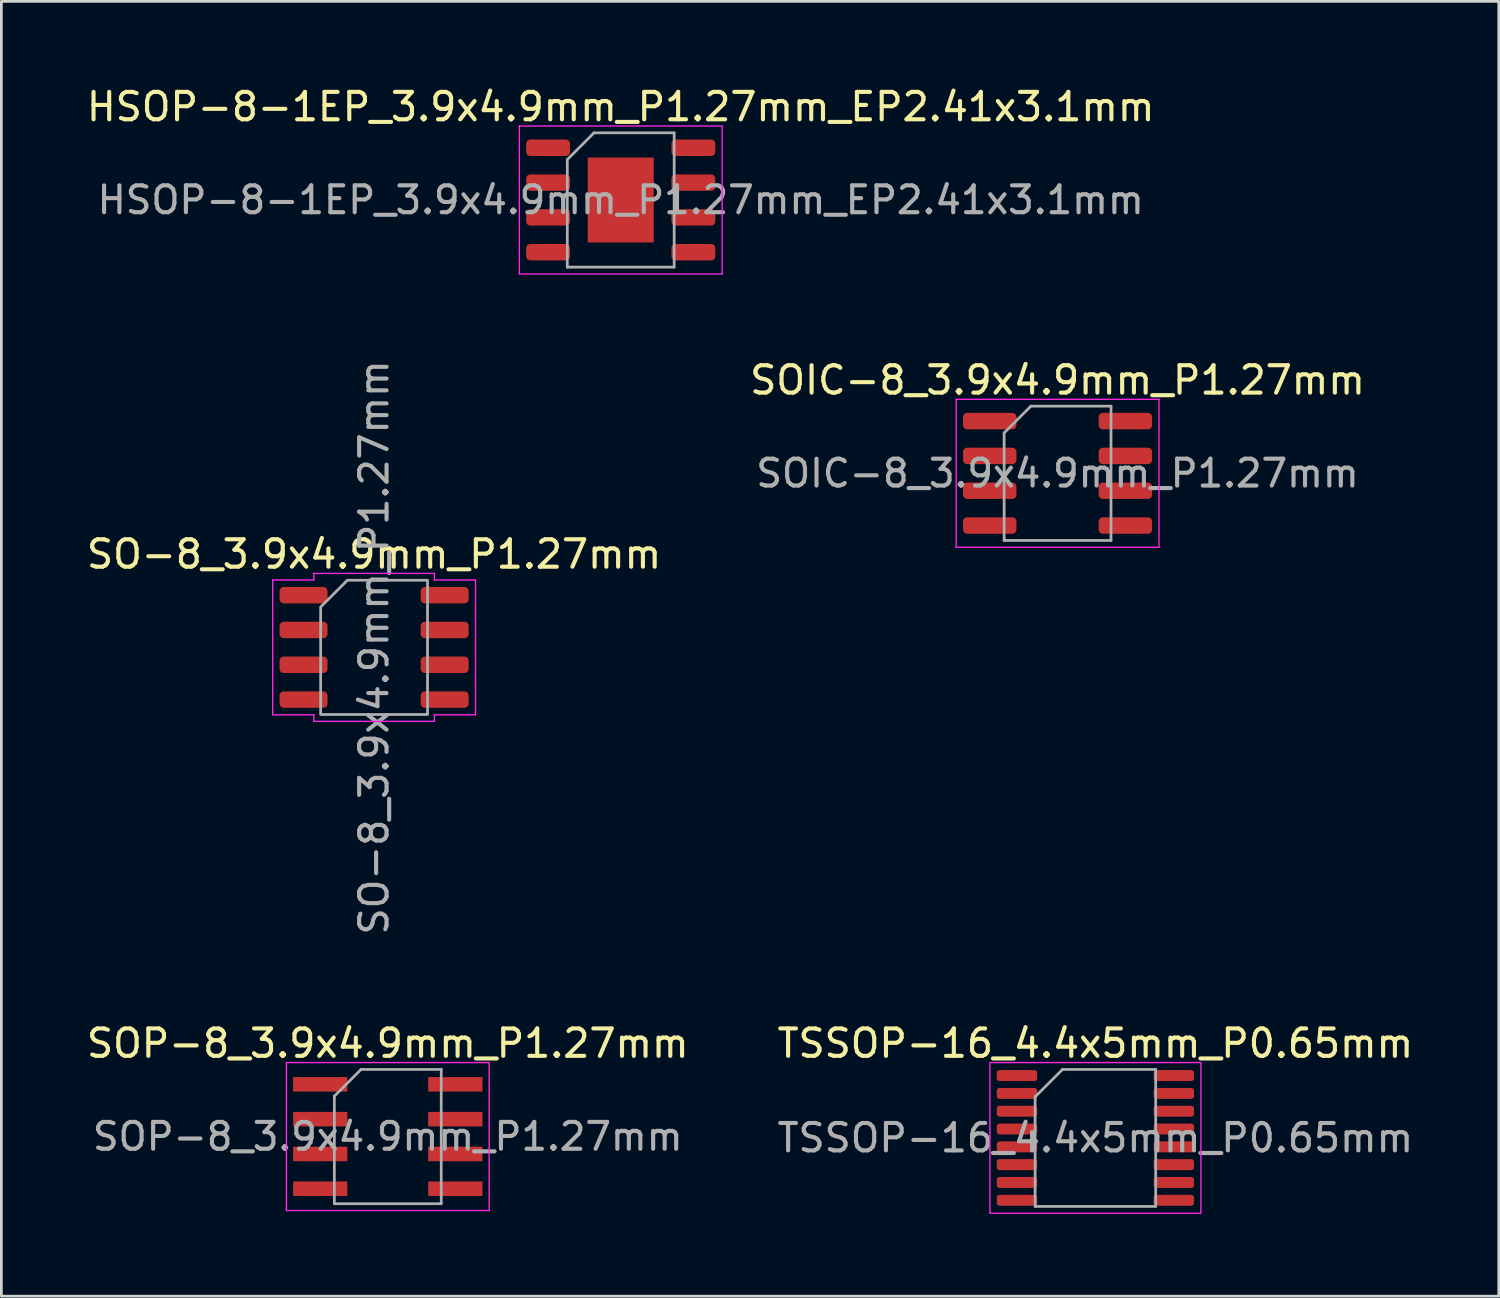
<source format=kicad_pcb>
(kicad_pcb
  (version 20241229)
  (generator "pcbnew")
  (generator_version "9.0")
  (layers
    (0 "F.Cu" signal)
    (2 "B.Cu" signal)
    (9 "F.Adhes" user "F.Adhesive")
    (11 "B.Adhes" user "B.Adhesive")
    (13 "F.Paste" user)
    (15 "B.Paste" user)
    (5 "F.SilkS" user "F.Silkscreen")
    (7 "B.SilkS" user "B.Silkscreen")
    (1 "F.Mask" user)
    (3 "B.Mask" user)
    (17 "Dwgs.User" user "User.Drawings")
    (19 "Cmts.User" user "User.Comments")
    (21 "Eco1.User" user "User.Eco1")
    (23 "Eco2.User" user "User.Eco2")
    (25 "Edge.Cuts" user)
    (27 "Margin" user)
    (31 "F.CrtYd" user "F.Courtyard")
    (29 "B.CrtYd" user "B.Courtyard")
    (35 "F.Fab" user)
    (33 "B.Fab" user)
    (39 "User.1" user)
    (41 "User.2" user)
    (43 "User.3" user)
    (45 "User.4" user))
  (footprint "HSOP-8-1EP_3.9x4.9mm_P1.27mm_EP2.41x3.1mm"
    (layer "F.Cu")
    (at 19.601 4.248)
    (property "Reference" "HSOP-8-1EP_3.9x4.9mm_P1.27mm_EP2.41x3.1mm" (at 0 -3.4 0) (layer "F.SilkS") (effects (font (size 1 1) (thickness 0.15))))
    (attr smd)
    (fp_line (start -3.7 -2.7) (end -3.7 2.7) (stroke (width 0.05) (type solid)) (layer "F.CrtYd"))
    (fp_line (start -3.7 2.7) (end 3.7 2.7) (stroke (width 0.05) (type solid)) (layer "F.CrtYd"))
    (fp_line (start 3.7 -2.7) (end -3.7 -2.7) (stroke (width 0.05) (type solid)) (layer "F.CrtYd"))
    (fp_line (start 3.7 2.7) (end 3.7 -2.7) (stroke (width 0.05) (type solid)) (layer "F.CrtYd"))
    (fp_line (start -1.95 -1.475) (end -0.975 -2.45) (stroke (width 0.1) (type solid)) (layer "F.Fab"))
    (fp_line (start -1.95 2.45) (end -1.95 -1.475) (stroke (width 0.1) (type solid)) (layer "F.Fab"))
    (fp_line (start -0.975 -2.45) (end 1.95 -2.45) (stroke (width 0.1) (type solid)) (layer "F.Fab"))
    (fp_line (start 1.95 -2.45) (end 1.95 2.45) (stroke (width 0.1) (type solid)) (layer "F.Fab"))
    (fp_line (start 1.95 2.45) (end -1.95 2.45) (stroke (width 0.1) (type solid)) (layer "F.Fab"))
    (fp_text user "${REFERENCE}" (at 0 0 0) (layer "F.Fab") (effects (font (size 0.98 0.98) (thickness 0.15))))
    (pad "" smd roundrect (at -0.6 -0.775) (size 0.97 1.25) (layers "F.Paste") (roundrect_rratio 0.25))
    (pad "" smd roundrect (at -0.6 0.775) (size 0.97 1.25) (layers "F.Paste") (roundrect_rratio 0.25))
    (pad "" smd roundrect (at 0.6 -0.775) (size 0.97 1.25) (layers "F.Paste") (roundrect_rratio 0.25))
    (pad "" smd roundrect (at 0.6 0.775) (size 0.97 1.25) (layers "F.Paste") (roundrect_rratio 0.25))
    (pad "1" smd roundrect (at -2.65 -1.905) (size 1.6 0.6) (layers "F.Cu" "F.Mask" "F.Paste") (roundrect_rratio 0.25))
    (pad "2" smd roundrect (at -2.65 -0.635) (size 1.6 0.6) (layers "F.Cu" "F.Mask" "F.Paste") (roundrect_rratio 0.25))
    (pad "3" smd roundrect (at -2.65 0.635) (size 1.6 0.6) (layers "F.Cu" "F.Mask" "F.Paste") (roundrect_rratio 0.25))
    (pad "4" smd roundrect (at -2.65 1.905) (size 1.6 0.6) (layers "F.Cu" "F.Mask" "F.Paste") (roundrect_rratio 0.25))
    (pad "5" smd roundrect (at 2.65 1.905) (size 1.6 0.6) (layers "F.Cu" "F.Mask" "F.Paste") (roundrect_rratio 0.25))
    (pad "6" smd roundrect (at 2.65 0.635) (size 1.6 0.6) (layers "F.Cu" "F.Mask" "F.Paste") (roundrect_rratio 0.25))
    (pad "7" smd roundrect (at 2.65 -0.635) (size 1.6 0.6) (layers "F.Cu" "F.Mask" "F.Paste") (roundrect_rratio 0.25))
    (pad "8" smd roundrect (at 2.65 -1.905) (size 1.6 0.6) (layers "F.Cu" "F.Mask" "F.Paste") (roundrect_rratio 0.25))
    (pad "9" smd rect (at 0 0) (size 2.41 3.1) (layers "F.Cu" "F.Mask")))
  (footprint "SOIC-8_3.9x4.9mm_P1.27mm"
    (layer "F.Cu")
    (at 35.542 14.222)
    (property "Reference" "SOIC-8_3.9x4.9mm_P1.27mm" (at 0 -3.4 0) (layer "F.SilkS") (effects (font (size 1 1) (thickness 0.15))))
    (attr smd)
    (fp_line (start -3.7 -2.7) (end -3.7 2.7) (stroke (width 0.05) (type solid)) (layer "F.CrtYd"))
    (fp_line (start -3.7 2.7) (end 3.7 2.7) (stroke (width 0.05) (type solid)) (layer "F.CrtYd"))
    (fp_line (start 3.7 -2.7) (end -3.7 -2.7) (stroke (width 0.05) (type solid)) (layer "F.CrtYd"))
    (fp_line (start 3.7 2.7) (end 3.7 -2.7) (stroke (width 0.05) (type solid)) (layer "F.CrtYd"))
    (fp_line (start -1.95 -1.475) (end -0.975 -2.45) (stroke (width 0.1) (type solid)) (layer "F.Fab"))
    (fp_line (start -1.95 2.45) (end -1.95 -1.475) (stroke (width 0.1) (type solid)) (layer "F.Fab"))
    (fp_line (start -0.975 -2.45) (end 1.95 -2.45) (stroke (width 0.1) (type solid)) (layer "F.Fab"))
    (fp_line (start 1.95 -2.45) (end 1.95 2.45) (stroke (width 0.1) (type solid)) (layer "F.Fab"))
    (fp_line (start 1.95 2.45) (end -1.95 2.45) (stroke (width 0.1) (type solid)) (layer "F.Fab"))
    (fp_text user "${REFERENCE}" (at 0 0 0) (layer "F.Fab") (effects (font (size 0.98 0.98) (thickness 0.15))))
    (pad "1" smd roundrect (at -2.475 -1.905) (size 1.95 0.6) (layers "F.Cu" "F.Mask" "F.Paste") (roundrect_rratio 0.25))
    (pad "2" smd roundrect (at -2.475 -0.635) (size 1.95 0.6) (layers "F.Cu" "F.Mask" "F.Paste") (roundrect_rratio 0.25))
    (pad "3" smd roundrect (at -2.475 0.635) (size 1.95 0.6) (layers "F.Cu" "F.Mask" "F.Paste") (roundrect_rratio 0.25))
    (pad "4" smd roundrect (at -2.475 1.905) (size 1.95 0.6) (layers "F.Cu" "F.Mask" "F.Paste") (roundrect_rratio 0.25))
    (pad "5" smd roundrect (at 2.475 1.905) (size 1.95 0.6) (layers "F.Cu" "F.Mask" "F.Paste") (roundrect_rratio 0.25))
    (pad "6" smd roundrect (at 2.475 0.635) (size 1.95 0.6) (layers "F.Cu" "F.Mask" "F.Paste") (roundrect_rratio 0.25))
    (pad "7" smd roundrect (at 2.475 -0.635) (size 1.95 0.6) (layers "F.Cu" "F.Mask" "F.Paste") (roundrect_rratio 0.25))
    (pad "8" smd roundrect (at 2.475 -1.905) (size 1.95 0.6) (layers "F.Cu" "F.Mask" "F.Paste") (roundrect_rratio 0.25)))
  (footprint "TSSOP-16_4.4x5mm_P0.65mm"
    (layer "F.Cu")
    (at 36.923 38.474)
    (property "Reference" "TSSOP-16_4.4x5mm_P0.65mm" (at 0 -3.45 0) (layer "F.SilkS") (effects (font (size 1 1) (thickness 0.15))))
    (attr smd)
    (fp_rect (start -3.85 -2.75) (end 3.85 2.75) (stroke (width 0.05) (type solid)) (fill no) (layer "F.CrtYd"))
    (fp_line (start -2.2 -1.5) (end -1.2 -2.5) (stroke (width 0.1) (type solid)) (layer "F.Fab"))
    (fp_line (start -2.2 2.5) (end -2.2 -1.5) (stroke (width 0.1) (type solid)) (layer "F.Fab"))
    (fp_line (start -1.2 -2.5) (end 2.2 -2.5) (stroke (width 0.1) (type solid)) (layer "F.Fab"))
    (fp_line (start 2.2 -2.5) (end 2.2 2.5) (stroke (width 0.1) (type solid)) (layer "F.Fab"))
    (fp_line (start 2.2 2.5) (end -2.2 2.5) (stroke (width 0.1) (type solid)) (layer "F.Fab"))
    (fp_text user "${REFERENCE}" (at 0 0 0) (layer "F.Fab") (effects (font (size 1 1) (thickness 0.15))))
    (pad "1" smd roundrect (at -2.862 -2.275) (size 1.475 0.4) (layers "F.Cu" "F.Mask" "F.Paste") (roundrect_rratio 0.25))
    (pad "2" smd roundrect (at -2.862 -1.625) (size 1.475 0.4) (layers "F.Cu" "F.Mask" "F.Paste") (roundrect_rratio 0.25))
    (pad "3" smd roundrect (at -2.862 -0.975) (size 1.475 0.4) (layers "F.Cu" "F.Mask" "F.Paste") (roundrect_rratio 0.25))
    (pad "4" smd roundrect (at -2.862 -0.325) (size 1.475 0.4) (layers "F.Cu" "F.Mask" "F.Paste") (roundrect_rratio 0.25))
    (pad "5" smd roundrect (at -2.862 0.325) (size 1.475 0.4) (layers "F.Cu" "F.Mask" "F.Paste") (roundrect_rratio 0.25))
    (pad "6" smd roundrect (at -2.862 0.975) (size 1.475 0.4) (layers "F.Cu" "F.Mask" "F.Paste") (roundrect_rratio 0.25))
    (pad "7" smd roundrect (at -2.862 1.625) (size 1.475 0.4) (layers "F.Cu" "F.Mask" "F.Paste") (roundrect_rratio 0.25))
    (pad "8" smd roundrect (at -2.862 2.275) (size 1.475 0.4) (layers "F.Cu" "F.Mask" "F.Paste") (roundrect_rratio 0.25))
    (pad "9" smd roundrect (at 2.862 2.275) (size 1.475 0.4) (layers "F.Cu" "F.Mask" "F.Paste") (roundrect_rratio 0.25))
    (pad "10" smd roundrect (at 2.862 1.625) (size 1.475 0.4) (layers "F.Cu" "F.Mask" "F.Paste") (roundrect_rratio 0.25))
    (pad "11" smd roundrect (at 2.862 0.975) (size 1.475 0.4) (layers "F.Cu" "F.Mask" "F.Paste") (roundrect_rratio 0.25))
    (pad "12" smd roundrect (at 2.862 0.325) (size 1.475 0.4) (layers "F.Cu" "F.Mask" "F.Paste") (roundrect_rratio 0.25))
    (pad "13" smd roundrect (at 2.862 -0.325) (size 1.475 0.4) (layers "F.Cu" "F.Mask" "F.Paste") (roundrect_rratio 0.25))
    (pad "14" smd roundrect (at 2.862 -0.975) (size 1.475 0.4) (layers "F.Cu" "F.Mask" "F.Paste") (roundrect_rratio 0.25))
    (pad "15" smd roundrect (at 2.862 -1.625) (size 1.475 0.4) (layers "F.Cu" "F.Mask" "F.Paste") (roundrect_rratio 0.25))
    (pad "16" smd roundrect (at 2.862 -2.275) (size 1.475 0.4) (layers "F.Cu" "F.Mask" "F.Paste") (roundrect_rratio 0.25)))
  (footprint "SOP-8_3.9x4.9mm_P1.27mm"
    (layer "F.Cu")
    (at 11.101 38.424)
    (property "Reference" "SOP-8_3.9x4.9mm_P1.27mm" (at 0 -3.4 0) (layer "F.SilkS") (effects (font (size 1 1) (thickness 0.15))))
    (attr smd)
    (fp_line (start -3.7 -2.7) (end -3.7 2.7) (stroke (width 0.05) (type solid)) (layer "F.CrtYd"))
    (fp_line (start -3.7 2.7) (end 3.7 2.7) (stroke (width 0.05) (type solid)) (layer "F.CrtYd"))
    (fp_line (start 3.7 -2.7) (end -3.7 -2.7) (stroke (width 0.05) (type solid)) (layer "F.CrtYd"))
    (fp_line (start 3.7 2.7) (end 3.7 -2.7) (stroke (width 0.05) (type solid)) (layer "F.CrtYd"))
    (fp_line (start -1.95 -1.475) (end -0.975 -2.45) (stroke (width 0.1) (type solid)) (layer "F.Fab"))
    (fp_line (start -1.95 2.45) (end -1.95 -1.475) (stroke (width 0.1) (type solid)) (layer "F.Fab"))
    (fp_line (start -0.975 -2.45) (end 1.95 -2.45) (stroke (width 0.1) (type solid)) (layer "F.Fab"))
    (fp_line (start 1.95 -2.45) (end 1.95 2.45) (stroke (width 0.1) (type solid)) (layer "F.Fab"))
    (fp_line (start 1.95 2.45) (end -1.95 2.45) (stroke (width 0.1) (type solid)) (layer "F.Fab"))
    (fp_text user "${REFERENCE}" (at 0 0 0) (layer "F.Fab") (effects (font (size 0.98 0.98) (thickness 0.15))))
    (pad "1" smd rect (at -2.465 -1.905) (size 1.98 0.53) (layers "F.Cu" "F.Mask" "F.Paste"))
    (pad "2" smd rect (at -2.465 -0.635) (size 1.98 0.53) (layers "F.Cu" "F.Mask" "F.Paste"))
    (pad "3" smd rect (at -2.465 0.635) (size 1.98 0.53) (layers "F.Cu" "F.Mask" "F.Paste"))
    (pad "4" smd rect (at -2.465 1.905) (size 1.98 0.53) (layers "F.Cu" "F.Mask" "F.Paste"))
    (pad "5" smd rect (at 2.465 1.905) (size 1.98 0.53) (layers "F.Cu" "F.Mask" "F.Paste"))
    (pad "6" smd rect (at 2.465 0.635) (size 1.98 0.53) (layers "F.Cu" "F.Mask" "F.Paste"))
    (pad "7" smd rect (at 2.465 -0.635) (size 1.98 0.53) (layers "F.Cu" "F.Mask" "F.Paste"))
    (pad "8" smd rect (at 2.465 -1.905) (size 1.98 0.53) (layers "F.Cu" "F.Mask" "F.Paste")))
  (footprint "SO-8_3.9x4.9mm_P1.27mm"
    (layer "F.Cu")
    (at 10.601 20.574)
    (property "Reference" "SO-8_3.9x4.9mm_P1.27mm" (at 0 -3.4 0) (layer "F.SilkS") (effects (font (size 1 1) (thickness 0.15))))
    (attr smd)
    (fp_line (start -3.7 -2.46) (end -2.2 -2.46) (stroke (width 0.05) (type solid)) (layer "F.CrtYd"))
    (fp_line (start -3.7 2.46) (end -3.7 -2.46) (stroke (width 0.05) (type solid)) (layer "F.CrtYd"))
    (fp_line (start -2.2 -2.7) (end 2.2 -2.7) (stroke (width 0.05) (type solid)) (layer "F.CrtYd"))
    (fp_line (start -2.2 -2.46) (end -2.2 -2.7) (stroke (width 0.05) (type solid)) (layer "F.CrtYd"))
    (fp_line (start -2.2 2.46) (end -3.7 2.46) (stroke (width 0.05) (type solid)) (layer "F.CrtYd"))
    (fp_line (start -2.2 2.7) (end -2.2 2.46) (stroke (width 0.05) (type solid)) (layer "F.CrtYd"))
    (fp_line (start 2.2 -2.7) (end 2.2 -2.46) (stroke (width 0.05) (type solid)) (layer "F.CrtYd"))
    (fp_line (start 2.2 -2.46) (end 3.7 -2.46) (stroke (width 0.05) (type solid)) (layer "F.CrtYd"))
    (fp_line (start 2.2 2.46) (end 2.2 2.7) (stroke (width 0.05) (type solid)) (layer "F.CrtYd"))
    (fp_line (start 2.2 2.7) (end -2.2 2.7) (stroke (width 0.05) (type solid)) (layer "F.CrtYd"))
    (fp_line (start 3.7 -2.46) (end 3.7 2.46) (stroke (width 0.05) (type solid)) (layer "F.CrtYd"))
    (fp_line (start 3.7 2.46) (end 2.2 2.46) (stroke (width 0.05) (type solid)) (layer "F.CrtYd"))
    (fp_poly (pts (xy -1.95 -1.475) (xy -1.95 2.45) (xy 1.95 2.45) (xy 1.95 -2.45) (xy -0.975 -2.45)) (stroke (width 0.1) (type solid)) (fill no) (layer "F.Fab"))
    (fp_text user "${REFERENCE}" (at 0 0 90) (layer "F.Fab") (effects (font (size 1 1) (thickness 0.15))))
    (pad "1" smd roundrect (at -2.575 -1.905) (size 1.75 0.6) (layers "F.Cu" "F.Mask" "F.Paste") (roundrect_rratio 0.25))
    (pad "2" smd roundrect (at -2.575 -0.635) (size 1.75 0.6) (layers "F.Cu" "F.Mask" "F.Paste") (roundrect_rratio 0.25))
    (pad "3" smd roundrect (at -2.575 0.635) (size 1.75 0.6) (layers "F.Cu" "F.Mask" "F.Paste") (roundrect_rratio 0.25))
    (pad "4" smd roundrect (at -2.575 1.905) (size 1.75 0.6) (layers "F.Cu" "F.Mask" "F.Paste") (roundrect_rratio 0.25))
    (pad "5" smd roundrect (at 2.575 1.905) (size 1.75 0.6) (layers "F.Cu" "F.Mask" "F.Paste") (roundrect_rratio 0.25))
    (pad "6" smd roundrect (at 2.575 0.635) (size 1.75 0.6) (layers "F.Cu" "F.Mask" "F.Paste") (roundrect_rratio 0.25))
    (pad "7" smd roundrect (at 2.575 -0.635) (size 1.75 0.6) (layers "F.Cu" "F.Mask" "F.Paste") (roundrect_rratio 0.25))
    (pad "8" smd roundrect (at 2.575 -1.905) (size 1.75 0.6) (layers "F.Cu" "F.Mask" "F.Paste") (roundrect_rratio 0.25)))
  (gr_rect
    (start -3 -3)
    (end 51.643 44.249)
    (stroke (width 0.1) (type default))
    (fill no)
    (layer "Edge.Cuts")))
</source>
